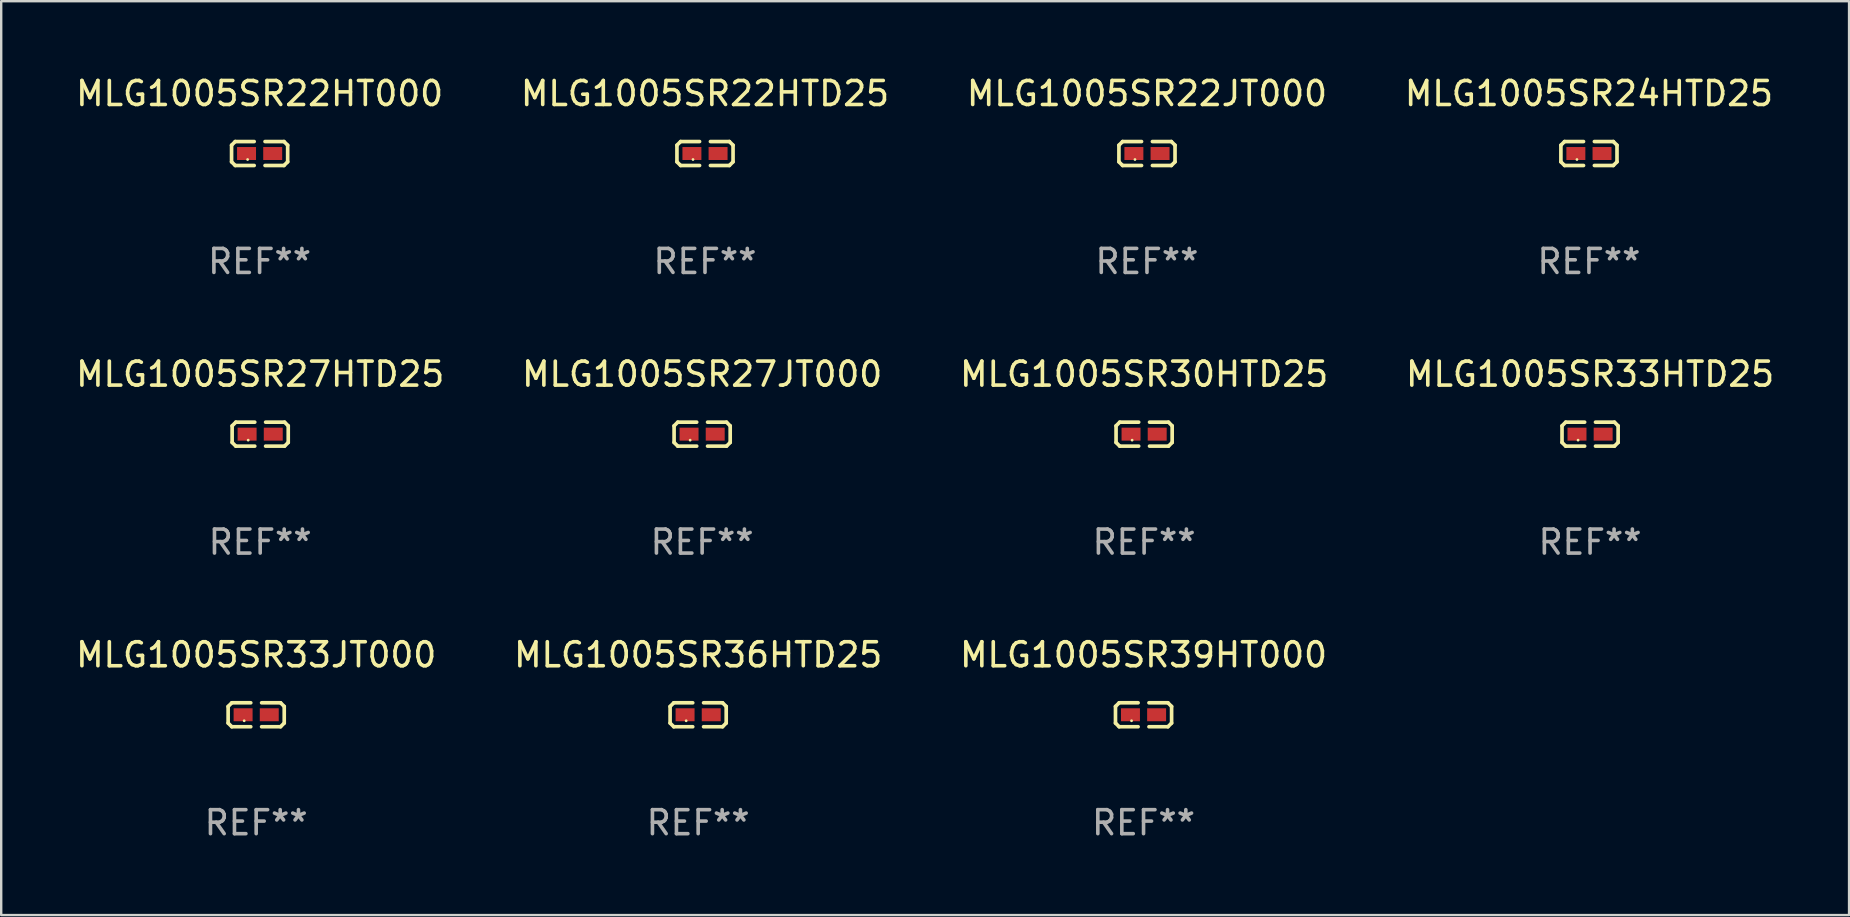
<source format=kicad_pcb>
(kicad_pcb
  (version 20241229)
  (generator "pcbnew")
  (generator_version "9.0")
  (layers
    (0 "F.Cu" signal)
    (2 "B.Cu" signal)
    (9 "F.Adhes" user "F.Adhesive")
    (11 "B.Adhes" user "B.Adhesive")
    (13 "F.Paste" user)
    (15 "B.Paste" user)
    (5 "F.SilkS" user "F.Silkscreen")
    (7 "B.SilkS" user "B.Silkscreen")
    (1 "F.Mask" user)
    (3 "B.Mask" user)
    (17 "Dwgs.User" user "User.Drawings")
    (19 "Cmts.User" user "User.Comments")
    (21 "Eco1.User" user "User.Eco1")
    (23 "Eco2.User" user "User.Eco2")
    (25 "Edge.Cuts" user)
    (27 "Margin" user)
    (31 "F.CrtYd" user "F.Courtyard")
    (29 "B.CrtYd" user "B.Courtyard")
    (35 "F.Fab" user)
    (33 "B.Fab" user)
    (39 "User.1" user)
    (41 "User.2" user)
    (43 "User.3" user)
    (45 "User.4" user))
  (footprint "MLG1005SR27HTD25"
    (layer "F.Cu")
    (at 7.792 15.041)
    (property "Reference" "MLG1005SR27HTD25" (at 0 -2.499 0) (layer "F.SilkS") (effects (font (size 1 1) (thickness 0.15))))
    (attr through_hole)
    (fp_line (start -1.169 -0.346) (end -1.016 -0.499) (stroke (width 0.152) (type solid)) (layer "F.SilkS"))
    (fp_line (start -1.169 0.346) (end -1.169 -0.346) (stroke (width 0.152) (type solid)) (layer "F.SilkS"))
    (fp_line (start -1.016 -0.499) (end -0.226 -0.499) (stroke (width 0.152) (type solid)) (layer "F.SilkS"))
    (fp_line (start -1.016 0.499) (end -1.169 0.346) (stroke (width 0.152) (type solid)) (layer "F.SilkS"))
    (fp_line (start -0.226 0.499) (end -1.016 0.499) (stroke (width 0.152) (type solid)) (layer "F.SilkS"))
    (fp_line (start 0.226 0.499) (end 1.016 0.499) (stroke (width 0.152) (type solid)) (layer "F.SilkS"))
    (fp_line (start 1.016 -0.499) (end 0.226 -0.499) (stroke (width 0.152) (type solid)) (layer "F.SilkS"))
    (fp_line (start 1.016 0.499) (end 1.169 0.346) (stroke (width 0.152) (type solid)) (layer "F.SilkS"))
    (fp_line (start 1.169 -0.346) (end 1.016 -0.499) (stroke (width 0.152) (type solid)) (layer "F.SilkS"))
    (fp_line (start 1.169 0.346) (end 1.169 -0.346) (stroke (width 0.152) (type solid)) (layer "F.SilkS"))
    (fp_circle (center -0.5 0.25) (end -0.47 0.25) (stroke (width 0.06) (type solid)) (fill no) (layer "F.SilkS"))
    (fp_text user "REF**" (at 0 4.499 0) (layer "F.Fab") (effects (font (size 1 1) (thickness 0.15))))
    (pad "1" smd rect (at -0.545 0) (size 0.79 0.54) (layers "F.Cu" "F.Mask" "F.Paste"))
    (pad "2" smd rect (at 0.545 0) (size 0.79 0.54) (layers "F.Cu" "F.Mask" "F.Paste")))
  (footprint "MLG1005SR27JT000"
    (layer "F.Cu")
    (at 26.208 15.041)
    (property "Reference" "MLG1005SR27JT000" (at 0 -2.499 0) (layer "F.SilkS") (effects (font (size 1 1) (thickness 0.15))))
    (attr through_hole)
    (fp_line (start -1.169 -0.346) (end -1.016 -0.499) (stroke (width 0.152) (type solid)) (layer "F.SilkS"))
    (fp_line (start -1.169 0.346) (end -1.169 -0.346) (stroke (width 0.152) (type solid)) (layer "F.SilkS"))
    (fp_line (start -1.016 -0.499) (end -0.226 -0.499) (stroke (width 0.152) (type solid)) (layer "F.SilkS"))
    (fp_line (start -1.016 0.499) (end -1.169 0.346) (stroke (width 0.152) (type solid)) (layer "F.SilkS"))
    (fp_line (start -0.226 0.499) (end -1.016 0.499) (stroke (width 0.152) (type solid)) (layer "F.SilkS"))
    (fp_line (start 0.226 0.499) (end 1.016 0.499) (stroke (width 0.152) (type solid)) (layer "F.SilkS"))
    (fp_line (start 1.016 -0.499) (end 0.226 -0.499) (stroke (width 0.152) (type solid)) (layer "F.SilkS"))
    (fp_line (start 1.016 0.499) (end 1.169 0.346) (stroke (width 0.152) (type solid)) (layer "F.SilkS"))
    (fp_line (start 1.169 -0.346) (end 1.016 -0.499) (stroke (width 0.152) (type solid)) (layer "F.SilkS"))
    (fp_line (start 1.169 0.346) (end 1.169 -0.346) (stroke (width 0.152) (type solid)) (layer "F.SilkS"))
    (fp_circle (center -0.5 0.25) (end -0.47 0.25) (stroke (width 0.06) (type solid)) (fill no) (layer "F.SilkS"))
    (fp_text user "REF**" (at 0 4.499 0) (layer "F.Fab") (effects (font (size 1 1) (thickness 0.15))))
    (pad "1" smd rect (at -0.545 0) (size 0.79 0.54) (layers "F.Cu" "F.Mask" "F.Paste"))
    (pad "2" smd rect (at 0.545 0) (size 0.79 0.54) (layers "F.Cu" "F.Mask" "F.Paste")))
  (footprint "MLG1005SR24HTD25"
    (layer "F.Cu")
    (at 63.161 3.347)
    (property "Reference" "MLG1005SR24HTD25" (at 0 -2.499 0) (layer "F.SilkS") (effects (font (size 1 1) (thickness 0.15))))
    (attr through_hole)
    (fp_line (start -1.169 -0.346) (end -1.016 -0.499) (stroke (width 0.152) (type solid)) (layer "F.SilkS"))
    (fp_line (start -1.169 0.346) (end -1.169 -0.346) (stroke (width 0.152) (type solid)) (layer "F.SilkS"))
    (fp_line (start -1.016 -0.499) (end -0.226 -0.499) (stroke (width 0.152) (type solid)) (layer "F.SilkS"))
    (fp_line (start -1.016 0.499) (end -1.169 0.346) (stroke (width 0.152) (type solid)) (layer "F.SilkS"))
    (fp_line (start -0.226 0.499) (end -1.016 0.499) (stroke (width 0.152) (type solid)) (layer "F.SilkS"))
    (fp_line (start 0.226 0.499) (end 1.016 0.499) (stroke (width 0.152) (type solid)) (layer "F.SilkS"))
    (fp_line (start 1.016 -0.499) (end 0.226 -0.499) (stroke (width 0.152) (type solid)) (layer "F.SilkS"))
    (fp_line (start 1.016 0.499) (end 1.169 0.346) (stroke (width 0.152) (type solid)) (layer "F.SilkS"))
    (fp_line (start 1.169 -0.346) (end 1.016 -0.499) (stroke (width 0.152) (type solid)) (layer "F.SilkS"))
    (fp_line (start 1.169 0.346) (end 1.169 -0.346) (stroke (width 0.152) (type solid)) (layer "F.SilkS"))
    (fp_circle (center -0.5 0.25) (end -0.47 0.25) (stroke (width 0.06) (type solid)) (fill no) (layer "F.SilkS"))
    (fp_text user "REF**" (at 0 4.499 0) (layer "F.Fab") (effects (font (size 1 1) (thickness 0.15))))
    (pad "1" smd rect (at -0.545 0) (size 0.79 0.54) (layers "F.Cu" "F.Mask" "F.Paste"))
    (pad "2" smd rect (at 0.545 0) (size 0.79 0.54) (layers "F.Cu" "F.Mask" "F.Paste")))
  (footprint "MLG1005SR22HT000"
    (layer "F.Cu")
    (at 7.768 3.347)
    (property "Reference" "MLG1005SR22HT000" (at 0 -2.499 0) (layer "F.SilkS") (effects (font (size 1 1) (thickness 0.15))))
    (attr through_hole)
    (fp_line (start -1.169 -0.346) (end -1.016 -0.499) (stroke (width 0.152) (type solid)) (layer "F.SilkS"))
    (fp_line (start -1.169 0.346) (end -1.169 -0.346) (stroke (width 0.152) (type solid)) (layer "F.SilkS"))
    (fp_line (start -1.016 -0.499) (end -0.226 -0.499) (stroke (width 0.152) (type solid)) (layer "F.SilkS"))
    (fp_line (start -1.016 0.499) (end -1.169 0.346) (stroke (width 0.152) (type solid)) (layer "F.SilkS"))
    (fp_line (start -0.226 0.499) (end -1.016 0.499) (stroke (width 0.152) (type solid)) (layer "F.SilkS"))
    (fp_line (start 0.226 0.499) (end 1.016 0.499) (stroke (width 0.152) (type solid)) (layer "F.SilkS"))
    (fp_line (start 1.016 -0.499) (end 0.226 -0.499) (stroke (width 0.152) (type solid)) (layer "F.SilkS"))
    (fp_line (start 1.016 0.499) (end 1.169 0.346) (stroke (width 0.152) (type solid)) (layer "F.SilkS"))
    (fp_line (start 1.169 -0.346) (end 1.016 -0.499) (stroke (width 0.152) (type solid)) (layer "F.SilkS"))
    (fp_line (start 1.169 0.346) (end 1.169 -0.346) (stroke (width 0.152) (type solid)) (layer "F.SilkS"))
    (fp_circle (center -0.5 0.25) (end -0.47 0.25) (stroke (width 0.06) (type solid)) (fill no) (layer "F.SilkS"))
    (fp_text user "REF**" (at 0 4.499 0) (layer "F.Fab") (effects (font (size 1 1) (thickness 0.15))))
    (pad "1" smd rect (at -0.545 0) (size 0.79 0.54) (layers "F.Cu" "F.Mask" "F.Paste"))
    (pad "2" smd rect (at 0.545 0) (size 0.79 0.54) (layers "F.Cu" "F.Mask" "F.Paste")))
  (footprint "MLG1005SR30HTD25"
    (layer "F.Cu")
    (at 44.625 15.041)
    (property "Reference" "MLG1005SR30HTD25" (at 0 -2.499 0) (layer "F.SilkS") (effects (font (size 1 1) (thickness 0.15))))
    (attr through_hole)
    (fp_line (start -1.169 -0.346) (end -1.016 -0.499) (stroke (width 0.152) (type solid)) (layer "F.SilkS"))
    (fp_line (start -1.169 0.346) (end -1.169 -0.346) (stroke (width 0.152) (type solid)) (layer "F.SilkS"))
    (fp_line (start -1.016 -0.499) (end -0.226 -0.499) (stroke (width 0.152) (type solid)) (layer "F.SilkS"))
    (fp_line (start -1.016 0.499) (end -1.169 0.346) (stroke (width 0.152) (type solid)) (layer "F.SilkS"))
    (fp_line (start -0.226 0.499) (end -1.016 0.499) (stroke (width 0.152) (type solid)) (layer "F.SilkS"))
    (fp_line (start 0.226 0.499) (end 1.016 0.499) (stroke (width 0.152) (type solid)) (layer "F.SilkS"))
    (fp_line (start 1.016 -0.499) (end 0.226 -0.499) (stroke (width 0.152) (type solid)) (layer "F.SilkS"))
    (fp_line (start 1.016 0.499) (end 1.169 0.346) (stroke (width 0.152) (type solid)) (layer "F.SilkS"))
    (fp_line (start 1.169 -0.346) (end 1.016 -0.499) (stroke (width 0.152) (type solid)) (layer "F.SilkS"))
    (fp_line (start 1.169 0.346) (end 1.169 -0.346) (stroke (width 0.152) (type solid)) (layer "F.SilkS"))
    (fp_circle (center -0.5 0.25) (end -0.47 0.25) (stroke (width 0.06) (type solid)) (fill no) (layer "F.SilkS"))
    (fp_text user "REF**" (at 0 4.499 0) (layer "F.Fab") (effects (font (size 1 1) (thickness 0.15))))
    (pad "1" smd rect (at -0.545 0) (size 0.79 0.54) (layers "F.Cu" "F.Mask" "F.Paste"))
    (pad "2" smd rect (at 0.545 0) (size 0.79 0.54) (layers "F.Cu" "F.Mask" "F.Paste")))
  (footprint "MLG1005SR22JT000"
    (layer "F.Cu")
    (at 44.744 3.347)
    (property "Reference" "MLG1005SR22JT000" (at 0 -2.499 0) (layer "F.SilkS") (effects (font (size 1 1) (thickness 0.15))))
    (attr through_hole)
    (fp_line (start -1.169 -0.346) (end -1.016 -0.499) (stroke (width 0.152) (type solid)) (layer "F.SilkS"))
    (fp_line (start -1.169 0.346) (end -1.169 -0.346) (stroke (width 0.152) (type solid)) (layer "F.SilkS"))
    (fp_line (start -1.016 -0.499) (end -0.226 -0.499) (stroke (width 0.152) (type solid)) (layer "F.SilkS"))
    (fp_line (start -1.016 0.499) (end -1.169 0.346) (stroke (width 0.152) (type solid)) (layer "F.SilkS"))
    (fp_line (start -0.226 0.499) (end -1.016 0.499) (stroke (width 0.152) (type solid)) (layer "F.SilkS"))
    (fp_line (start 0.226 0.499) (end 1.016 0.499) (stroke (width 0.152) (type solid)) (layer "F.SilkS"))
    (fp_line (start 1.016 -0.499) (end 0.226 -0.499) (stroke (width 0.152) (type solid)) (layer "F.SilkS"))
    (fp_line (start 1.016 0.499) (end 1.169 0.346) (stroke (width 0.152) (type solid)) (layer "F.SilkS"))
    (fp_line (start 1.169 -0.346) (end 1.016 -0.499) (stroke (width 0.152) (type solid)) (layer "F.SilkS"))
    (fp_line (start 1.169 0.346) (end 1.169 -0.346) (stroke (width 0.152) (type solid)) (layer "F.SilkS"))
    (fp_circle (center -0.5 0.25) (end -0.47 0.25) (stroke (width 0.06) (type solid)) (fill no) (layer "F.SilkS"))
    (fp_text user "REF**" (at 0 4.499 0) (layer "F.Fab") (effects (font (size 1 1) (thickness 0.15))))
    (pad "1" smd rect (at -0.545 0) (size 0.79 0.54) (layers "F.Cu" "F.Mask" "F.Paste"))
    (pad "2" smd rect (at 0.545 0) (size 0.79 0.54) (layers "F.Cu" "F.Mask" "F.Paste")))
  (footprint "MLG1005SR22HTD25"
    (layer "F.Cu")
    (at 26.327 3.347)
    (property "Reference" "MLG1005SR22HTD25" (at 0 -2.499 0) (layer "F.SilkS") (effects (font (size 1 1) (thickness 0.15))))
    (attr through_hole)
    (fp_line (start -1.169 -0.346) (end -1.016 -0.499) (stroke (width 0.152) (type solid)) (layer "F.SilkS"))
    (fp_line (start -1.169 0.346) (end -1.169 -0.346) (stroke (width 0.152) (type solid)) (layer "F.SilkS"))
    (fp_line (start -1.016 -0.499) (end -0.226 -0.499) (stroke (width 0.152) (type solid)) (layer "F.SilkS"))
    (fp_line (start -1.016 0.499) (end -1.169 0.346) (stroke (width 0.152) (type solid)) (layer "F.SilkS"))
    (fp_line (start -0.226 0.499) (end -1.016 0.499) (stroke (width 0.152) (type solid)) (layer "F.SilkS"))
    (fp_line (start 0.226 0.499) (end 1.016 0.499) (stroke (width 0.152) (type solid)) (layer "F.SilkS"))
    (fp_line (start 1.016 -0.499) (end 0.226 -0.499) (stroke (width 0.152) (type solid)) (layer "F.SilkS"))
    (fp_line (start 1.016 0.499) (end 1.169 0.346) (stroke (width 0.152) (type solid)) (layer "F.SilkS"))
    (fp_line (start 1.169 -0.346) (end 1.016 -0.499) (stroke (width 0.152) (type solid)) (layer "F.SilkS"))
    (fp_line (start 1.169 0.346) (end 1.169 -0.346) (stroke (width 0.152) (type solid)) (layer "F.SilkS"))
    (fp_circle (center -0.5 0.25) (end -0.47 0.25) (stroke (width 0.06) (type solid)) (fill no) (layer "F.SilkS"))
    (fp_text user "REF**" (at 0 4.499 0) (layer "F.Fab") (effects (font (size 1 1) (thickness 0.15))))
    (pad "1" smd rect (at -0.545 0) (size 0.79 0.54) (layers "F.Cu" "F.Mask" "F.Paste"))
    (pad "2" smd rect (at 0.545 0) (size 0.79 0.54) (layers "F.Cu" "F.Mask" "F.Paste")))
  (footprint "MLG1005SR33JT000"
    (layer "F.Cu")
    (at 7.625 26.734)
    (property "Reference" "MLG1005SR33JT000" (at 0 -2.499 0) (layer "F.SilkS") (effects (font (size 1 1) (thickness 0.15))))
    (attr through_hole)
    (fp_line (start -1.169 -0.346) (end -1.016 -0.499) (stroke (width 0.152) (type solid)) (layer "F.SilkS"))
    (fp_line (start -1.169 0.346) (end -1.169 -0.346) (stroke (width 0.152) (type solid)) (layer "F.SilkS"))
    (fp_line (start -1.016 -0.499) (end -0.226 -0.499) (stroke (width 0.152) (type solid)) (layer "F.SilkS"))
    (fp_line (start -1.016 0.499) (end -1.169 0.346) (stroke (width 0.152) (type solid)) (layer "F.SilkS"))
    (fp_line (start -0.226 0.499) (end -1.016 0.499) (stroke (width 0.152) (type solid)) (layer "F.SilkS"))
    (fp_line (start 0.226 0.499) (end 1.016 0.499) (stroke (width 0.152) (type solid)) (layer "F.SilkS"))
    (fp_line (start 1.016 -0.499) (end 0.226 -0.499) (stroke (width 0.152) (type solid)) (layer "F.SilkS"))
    (fp_line (start 1.016 0.499) (end 1.169 0.346) (stroke (width 0.152) (type solid)) (layer "F.SilkS"))
    (fp_line (start 1.169 -0.346) (end 1.016 -0.499) (stroke (width 0.152) (type solid)) (layer "F.SilkS"))
    (fp_line (start 1.169 0.346) (end 1.169 -0.346) (stroke (width 0.152) (type solid)) (layer "F.SilkS"))
    (fp_circle (center -0.5 0.25) (end -0.47 0.25) (stroke (width 0.06) (type solid)) (fill no) (layer "F.SilkS"))
    (fp_text user "REF**" (at 0 4.499 0) (layer "F.Fab") (effects (font (size 1 1) (thickness 0.15))))
    (pad "1" smd rect (at -0.545 0) (size 0.79 0.54) (layers "F.Cu" "F.Mask" "F.Paste"))
    (pad "2" smd rect (at 0.545 0) (size 0.79 0.54) (layers "F.Cu" "F.Mask" "F.Paste")))
  (footprint "MLG1005SR33HTD25"
    (layer "F.Cu")
    (at 63.208 15.041)
    (property "Reference" "MLG1005SR33HTD25" (at 0 -2.499 0) (layer "F.SilkS") (effects (font (size 1 1) (thickness 0.15))))
    (attr through_hole)
    (fp_line (start -1.169 -0.346) (end -1.016 -0.499) (stroke (width 0.152) (type solid)) (layer "F.SilkS"))
    (fp_line (start -1.169 0.346) (end -1.169 -0.346) (stroke (width 0.152) (type solid)) (layer "F.SilkS"))
    (fp_line (start -1.016 -0.499) (end -0.226 -0.499) (stroke (width 0.152) (type solid)) (layer "F.SilkS"))
    (fp_line (start -1.016 0.499) (end -1.169 0.346) (stroke (width 0.152) (type solid)) (layer "F.SilkS"))
    (fp_line (start -0.226 0.499) (end -1.016 0.499) (stroke (width 0.152) (type solid)) (layer "F.SilkS"))
    (fp_line (start 0.226 0.499) (end 1.016 0.499) (stroke (width 0.152) (type solid)) (layer "F.SilkS"))
    (fp_line (start 1.016 -0.499) (end 0.226 -0.499) (stroke (width 0.152) (type solid)) (layer "F.SilkS"))
    (fp_line (start 1.016 0.499) (end 1.169 0.346) (stroke (width 0.152) (type solid)) (layer "F.SilkS"))
    (fp_line (start 1.169 -0.346) (end 1.016 -0.499) (stroke (width 0.152) (type solid)) (layer "F.SilkS"))
    (fp_line (start 1.169 0.346) (end 1.169 -0.346) (stroke (width 0.152) (type solid)) (layer "F.SilkS"))
    (fp_circle (center -0.5 0.25) (end -0.47 0.25) (stroke (width 0.06) (type solid)) (fill no) (layer "F.SilkS"))
    (fp_text user "REF**" (at 0 4.499 0) (layer "F.Fab") (effects (font (size 1 1) (thickness 0.15))))
    (pad "1" smd rect (at -0.545 0) (size 0.79 0.54) (layers "F.Cu" "F.Mask" "F.Paste"))
    (pad "2" smd rect (at 0.545 0) (size 0.79 0.54) (layers "F.Cu" "F.Mask" "F.Paste")))
  (footprint "MLG1005SR36HTD25"
    (layer "F.Cu")
    (at 26.042 26.734)
    (property "Reference" "MLG1005SR36HTD25" (at 0 -2.499 0) (layer "F.SilkS") (effects (font (size 1 1) (thickness 0.15))))
    (attr through_hole)
    (fp_line (start -1.169 -0.346) (end -1.016 -0.499) (stroke (width 0.152) (type solid)) (layer "F.SilkS"))
    (fp_line (start -1.169 0.346) (end -1.169 -0.346) (stroke (width 0.152) (type solid)) (layer "F.SilkS"))
    (fp_line (start -1.016 -0.499) (end -0.226 -0.499) (stroke (width 0.152) (type solid)) (layer "F.SilkS"))
    (fp_line (start -1.016 0.499) (end -1.169 0.346) (stroke (width 0.152) (type solid)) (layer "F.SilkS"))
    (fp_line (start -0.226 0.499) (end -1.016 0.499) (stroke (width 0.152) (type solid)) (layer "F.SilkS"))
    (fp_line (start 0.226 0.499) (end 1.016 0.499) (stroke (width 0.152) (type solid)) (layer "F.SilkS"))
    (fp_line (start 1.016 -0.499) (end 0.226 -0.499) (stroke (width 0.152) (type solid)) (layer "F.SilkS"))
    (fp_line (start 1.016 0.499) (end 1.169 0.346) (stroke (width 0.152) (type solid)) (layer "F.SilkS"))
    (fp_line (start 1.169 -0.346) (end 1.016 -0.499) (stroke (width 0.152) (type solid)) (layer "F.SilkS"))
    (fp_line (start 1.169 0.346) (end 1.169 -0.346) (stroke (width 0.152) (type solid)) (layer "F.SilkS"))
    (fp_circle (center -0.5 0.25) (end -0.47 0.25) (stroke (width 0.06) (type solid)) (fill no) (layer "F.SilkS"))
    (fp_text user "REF**" (at 0 4.499 0) (layer "F.Fab") (effects (font (size 1 1) (thickness 0.15))))
    (pad "1" smd rect (at -0.545 0) (size 0.79 0.54) (layers "F.Cu" "F.Mask" "F.Paste"))
    (pad "2" smd rect (at 0.545 0) (size 0.79 0.54) (layers "F.Cu" "F.Mask" "F.Paste")))
  (footprint "MLG1005SR39HT000"
    (layer "F.Cu")
    (at 44.601 26.734)
    (property "Reference" "MLG1005SR39HT000" (at 0 -2.499 0) (layer "F.SilkS") (effects (font (size 1 1) (thickness 0.15))))
    (attr through_hole)
    (fp_line (start -1.169 -0.346) (end -1.016 -0.499) (stroke (width 0.152) (type solid)) (layer "F.SilkS"))
    (fp_line (start -1.169 0.346) (end -1.169 -0.346) (stroke (width 0.152) (type solid)) (layer "F.SilkS"))
    (fp_line (start -1.016 -0.499) (end -0.226 -0.499) (stroke (width 0.152) (type solid)) (layer "F.SilkS"))
    (fp_line (start -1.016 0.499) (end -1.169 0.346) (stroke (width 0.152) (type solid)) (layer "F.SilkS"))
    (fp_line (start -0.226 0.499) (end -1.016 0.499) (stroke (width 0.152) (type solid)) (layer "F.SilkS"))
    (fp_line (start 0.226 0.499) (end 1.016 0.499) (stroke (width 0.152) (type solid)) (layer "F.SilkS"))
    (fp_line (start 1.016 -0.499) (end 0.226 -0.499) (stroke (width 0.152) (type solid)) (layer "F.SilkS"))
    (fp_line (start 1.016 0.499) (end 1.169 0.346) (stroke (width 0.152) (type solid)) (layer "F.SilkS"))
    (fp_line (start 1.169 -0.346) (end 1.016 -0.499) (stroke (width 0.152) (type solid)) (layer "F.SilkS"))
    (fp_line (start 1.169 0.346) (end 1.169 -0.346) (stroke (width 0.152) (type solid)) (layer "F.SilkS"))
    (fp_circle (center -0.5 0.25) (end -0.47 0.25) (stroke (width 0.06) (type solid)) (fill no) (layer "F.SilkS"))
    (fp_text user "REF**" (at 0 4.499 0) (layer "F.Fab") (effects (font (size 1 1) (thickness 0.15))))
    (pad "1" smd rect (at -0.545 0) (size 0.79 0.54) (layers "F.Cu" "F.Mask" "F.Paste"))
    (pad "2" smd rect (at 0.545 0) (size 0.79 0.54) (layers "F.Cu" "F.Mask" "F.Paste")))
  (gr_rect
    (start -3 -3)
    (end 74 35.081)
    (stroke (width 0.1) (type default))
    (fill no)
    (layer "Edge.Cuts")))
</source>
